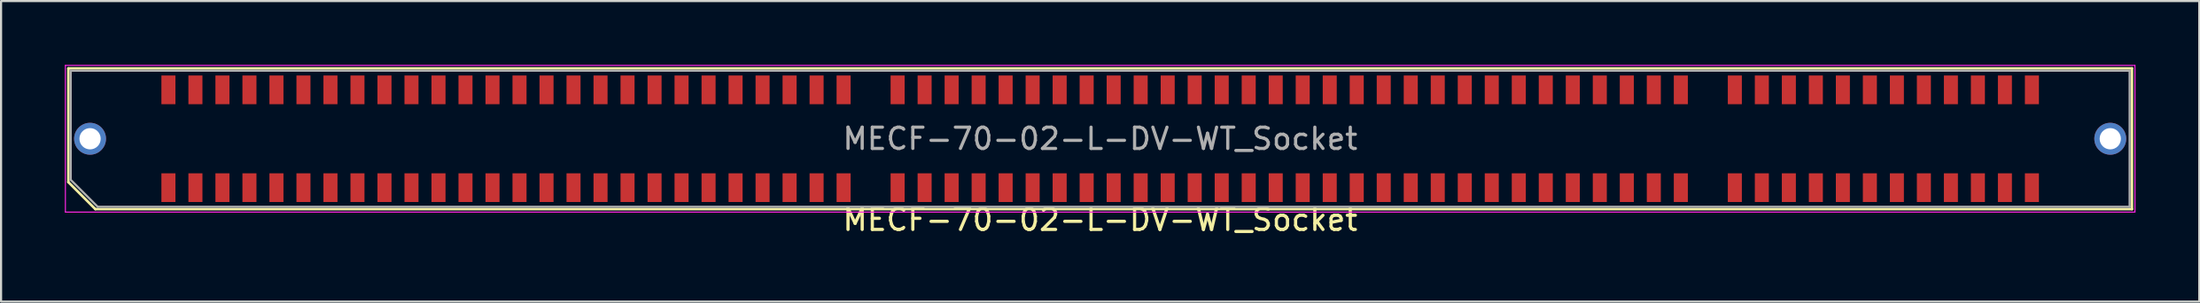
<source format=kicad_pcb>
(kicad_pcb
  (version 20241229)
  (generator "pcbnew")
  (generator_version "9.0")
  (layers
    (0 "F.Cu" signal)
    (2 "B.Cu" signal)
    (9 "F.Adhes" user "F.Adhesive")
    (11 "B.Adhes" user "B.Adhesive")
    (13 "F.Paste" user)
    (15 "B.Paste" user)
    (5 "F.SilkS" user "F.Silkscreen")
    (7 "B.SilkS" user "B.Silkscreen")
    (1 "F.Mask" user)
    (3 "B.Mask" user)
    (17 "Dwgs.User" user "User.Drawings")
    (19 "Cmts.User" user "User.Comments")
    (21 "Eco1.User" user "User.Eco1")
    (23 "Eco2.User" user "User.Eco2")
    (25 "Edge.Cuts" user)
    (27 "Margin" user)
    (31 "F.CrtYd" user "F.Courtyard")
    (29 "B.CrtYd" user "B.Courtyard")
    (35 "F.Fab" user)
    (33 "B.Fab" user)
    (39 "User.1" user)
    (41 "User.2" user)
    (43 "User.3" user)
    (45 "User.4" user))
  (footprint "MECF-70-02-L-DV-WT_Socket"
    (layer "F.Cu")
    (at 48.685 3.475)
    (property "Reference" "MECF-70-02-L-DV-WT_Socket" (at 0 3.81 0) (layer "F.SilkS") (effects (font (size 1 1) (thickness 0.15))))
    (attr smd)
    (fp_line (start -48.52 -3.31) (end 48.52 -3.31) (stroke (width 0.12) (type solid)) (layer "F.SilkS"))
    (fp_line (start -48.52 2.04) (end -48.52 -3.31) (stroke (width 0.12) (type solid)) (layer "F.SilkS"))
    (fp_line (start -47.25 3.31) (end -48.52 2.04) (stroke (width 0.12) (type solid)) (layer "F.SilkS"))
    (fp_line (start -47.25 3.31) (end 48.52 3.31) (stroke (width 0.12) (type solid)) (layer "F.SilkS"))
    (fp_line (start 48.52 3.31) (end 48.52 -3.31) (stroke (width 0.12) (type solid)) (layer "F.SilkS"))
    (fp_line (start -48.66 -3.45) (end -48.66 3.45) (stroke (width 0.05) (type solid)) (layer "F.CrtYd"))
    (fp_line (start -48.66 3.45) (end 48.66 3.45) (stroke (width 0.05) (type solid)) (layer "F.CrtYd"))
    (fp_line (start 48.66 -3.45) (end -48.66 -3.45) (stroke (width 0.05) (type solid)) (layer "F.CrtYd"))
    (fp_line (start 48.66 3.45) (end 48.66 -3.45) (stroke (width 0.05) (type solid)) (layer "F.CrtYd"))
    (fp_line (start -48.41 -3.2) (end 48.41 -3.2) (stroke (width 0.1) (type solid)) (layer "F.Fab"))
    (fp_line (start -48.41 1.93) (end -48.41 -3.2) (stroke (width 0.1) (type solid)) (layer "F.Fab"))
    (fp_line (start -48.41 1.93) (end -47.14 3.2) (stroke (width 0.1) (type solid)) (layer "F.Fab"))
    (fp_line (start -47.14 3.2) (end 48.41 3.2) (stroke (width 0.1) (type solid)) (layer "F.Fab"))
    (fp_line (start 48.41 3.2) (end 48.41 -3.2) (stroke (width 0.1) (type solid)) (layer "F.Fab"))
    (fp_text user "${REFERENCE}" (at 0 0 0) (layer "F.Fab") (effects (font (size 1 1) (thickness 0.15))))
    (pad "" thru_hole circle (at -47.5 0) (size 1.5 1.5) (drill 1) (layers "*.Cu" "*.Mask"))
    (pad "" np_thru_hole circle (at -45.595 0) (size 0.001 0.001) (drill 1.45) (layers "*.Cu" "*.Mask"))
    (pad "" np_thru_hole circle (at 45.595 1) (size 0.001 0.001) (drill 1.45) (layers "*.Cu" "*.Mask"))
    (pad "" thru_hole circle (at 47.5 0) (size 1.5 1.5) (drill 1) (layers "*.Cu" "*.Mask"))
    (pad "1" smd rect (at -43.815 2.3) (size 0.66 1.35) (layers "F.Cu" "F.Mask" "F.Paste"))
    (pad "2" smd rect (at -43.815 -2.3) (size 0.66 1.35) (layers "F.Cu" "F.Mask" "F.Paste"))
    (pad "3" smd rect (at -42.545 2.3) (size 0.66 1.35) (layers "F.Cu" "F.Mask" "F.Paste"))
    (pad "4" smd rect (at -42.545 -2.3) (size 0.66 1.35) (layers "F.Cu" "F.Mask" "F.Paste"))
    (pad "5" smd rect (at -41.275 2.3) (size 0.66 1.35) (layers "F.Cu" "F.Mask" "F.Paste"))
    (pad "6" smd rect (at -41.275 -2.3) (size 0.66 1.35) (layers "F.Cu" "F.Mask" "F.Paste"))
    (pad "7" smd rect (at -40.005 2.3) (size 0.66 1.35) (layers "F.Cu" "F.Mask" "F.Paste"))
    (pad "8" smd rect (at -40.005 -2.3) (size 0.66 1.35) (layers "F.Cu" "F.Mask" "F.Paste"))
    (pad "9" smd rect (at -38.735 2.3) (size 0.66 1.35) (layers "F.Cu" "F.Mask" "F.Paste"))
    (pad "10" smd rect (at -38.735 -2.3) (size 0.66 1.35) (layers "F.Cu" "F.Mask" "F.Paste"))
    (pad "11" smd rect (at -37.465 2.3) (size 0.66 1.35) (layers "F.Cu" "F.Mask" "F.Paste"))
    (pad "12" smd rect (at -37.465 -2.3) (size 0.66 1.35) (layers "F.Cu" "F.Mask" "F.Paste"))
    (pad "13" smd rect (at -36.195 2.3) (size 0.66 1.35) (layers "F.Cu" "F.Mask" "F.Paste"))
    (pad "14" smd rect (at -36.195 -2.3) (size 0.66 1.35) (layers "F.Cu" "F.Mask" "F.Paste"))
    (pad "15" smd rect (at -34.925 2.3) (size 0.66 1.35) (layers "F.Cu" "F.Mask" "F.Paste"))
    (pad "16" smd rect (at -34.925 -2.3) (size 0.66 1.35) (layers "F.Cu" "F.Mask" "F.Paste"))
    (pad "17" smd rect (at -33.655 2.3) (size 0.66 1.35) (layers "F.Cu" "F.Mask" "F.Paste"))
    (pad "18" smd rect (at -33.655 -2.3) (size 0.66 1.35) (layers "F.Cu" "F.Mask" "F.Paste"))
    (pad "19" smd rect (at -32.385 2.3) (size 0.66 1.35) (layers "F.Cu" "F.Mask" "F.Paste"))
    (pad "20" smd rect (at -32.385 -2.3) (size 0.66 1.35) (layers "F.Cu" "F.Mask" "F.Paste"))
    (pad "21" smd rect (at -31.115 2.3) (size 0.66 1.35) (layers "F.Cu" "F.Mask" "F.Paste"))
    (pad "22" smd rect (at -31.115 -2.3) (size 0.66 1.35) (layers "F.Cu" "F.Mask" "F.Paste"))
    (pad "23" smd rect (at -29.845 2.3) (size 0.66 1.35) (layers "F.Cu" "F.Mask" "F.Paste"))
    (pad "24" smd rect (at -29.845 -2.3) (size 0.66 1.35) (layers "F.Cu" "F.Mask" "F.Paste"))
    (pad "25" smd rect (at -28.575 2.3) (size 0.66 1.35) (layers "F.Cu" "F.Mask" "F.Paste"))
    (pad "26" smd rect (at -28.575 -2.3) (size 0.66 1.35) (layers "F.Cu" "F.Mask" "F.Paste"))
    (pad "27" smd rect (at -27.305 2.3) (size 0.66 1.35) (layers "F.Cu" "F.Mask" "F.Paste"))
    (pad "28" smd rect (at -27.305 -2.3) (size 0.66 1.35) (layers "F.Cu" "F.Mask" "F.Paste"))
    (pad "29" smd rect (at -26.035 2.3) (size 0.66 1.35) (layers "F.Cu" "F.Mask" "F.Paste"))
    (pad "30" smd rect (at -26.035 -2.3) (size 0.66 1.35) (layers "F.Cu" "F.Mask" "F.Paste"))
    (pad "31" smd rect (at -24.765 2.3) (size 0.66 1.35) (layers "F.Cu" "F.Mask" "F.Paste"))
    (pad "32" smd rect (at -24.765 -2.3) (size 0.66 1.35) (layers "F.Cu" "F.Mask" "F.Paste"))
    (pad "33" smd rect (at -23.495 2.3) (size 0.66 1.35) (layers "F.Cu" "F.Mask" "F.Paste"))
    (pad "34" smd rect (at -23.495 -2.3) (size 0.66 1.35) (layers "F.Cu" "F.Mask" "F.Paste"))
    (pad "35" smd rect (at -22.225 2.3) (size 0.66 1.35) (layers "F.Cu" "F.Mask" "F.Paste"))
    (pad "36" smd rect (at -22.225 -2.3) (size 0.66 1.35) (layers "F.Cu" "F.Mask" "F.Paste"))
    (pad "37" smd rect (at -20.955 2.3) (size 0.66 1.35) (layers "F.Cu" "F.Mask" "F.Paste"))
    (pad "38" smd rect (at -20.955 -2.3) (size 0.66 1.35) (layers "F.Cu" "F.Mask" "F.Paste"))
    (pad "39" smd rect (at -19.685 2.3) (size 0.66 1.35) (layers "F.Cu" "F.Mask" "F.Paste"))
    (pad "40" smd rect (at -19.685 -2.3) (size 0.66 1.35) (layers "F.Cu" "F.Mask" "F.Paste"))
    (pad "41" smd rect (at -18.415 2.3) (size 0.66 1.35) (layers "F.Cu" "F.Mask" "F.Paste"))
    (pad "42" smd rect (at -18.415 -2.3) (size 0.66 1.35) (layers "F.Cu" "F.Mask" "F.Paste"))
    (pad "43" smd rect (at -17.145 2.3) (size 0.66 1.35) (layers "F.Cu" "F.Mask" "F.Paste"))
    (pad "44" smd rect (at -17.145 -2.3) (size 0.66 1.35) (layers "F.Cu" "F.Mask" "F.Paste"))
    (pad "45" smd rect (at -15.875 2.3) (size 0.66 1.35) (layers "F.Cu" "F.Mask" "F.Paste"))
    (pad "46" smd rect (at -15.875 -2.3) (size 0.66 1.35) (layers "F.Cu" "F.Mask" "F.Paste"))
    (pad "47" smd rect (at -14.605 2.3) (size 0.66 1.35) (layers "F.Cu" "F.Mask" "F.Paste"))
    (pad "48" smd rect (at -14.605 -2.3) (size 0.66 1.35) (layers "F.Cu" "F.Mask" "F.Paste"))
    (pad "49" smd rect (at -13.335 2.3) (size 0.66 1.35) (layers "F.Cu" "F.Mask" "F.Paste"))
    (pad "50" smd rect (at -13.335 -2.3) (size 0.66 1.35) (layers "F.Cu" "F.Mask" "F.Paste"))
    (pad "51" smd rect (at -12.065 2.3) (size 0.66 1.35) (layers "F.Cu" "F.Mask" "F.Paste"))
    (pad "52" smd rect (at -12.065 -2.3) (size 0.66 1.35) (layers "F.Cu" "F.Mask" "F.Paste"))
    (pad "55" smd rect (at -9.525 2.3) (size 0.66 1.35) (layers "F.Cu" "F.Mask" "F.Paste"))
    (pad "56" smd rect (at -9.525 -2.3) (size 0.66 1.35) (layers "F.Cu" "F.Mask" "F.Paste"))
    (pad "57" smd rect (at -8.255 2.3) (size 0.66 1.35) (layers "F.Cu" "F.Mask" "F.Paste"))
    (pad "58" smd rect (at -8.255 -2.3) (size 0.66 1.35) (layers "F.Cu" "F.Mask" "F.Paste"))
    (pad "59" smd rect (at -6.985 2.3) (size 0.66 1.35) (layers "F.Cu" "F.Mask" "F.Paste"))
    (pad "60" smd rect (at -6.985 -2.3) (size 0.66 1.35) (layers "F.Cu" "F.Mask" "F.Paste"))
    (pad "61" smd rect (at -5.715 2.3) (size 0.66 1.35) (layers "F.Cu" "F.Mask" "F.Paste"))
    (pad "62" smd rect (at -5.715 -2.3) (size 0.66 1.35) (layers "F.Cu" "F.Mask" "F.Paste"))
    (pad "63" smd rect (at -4.445 2.3) (size 0.66 1.35) (layers "F.Cu" "F.Mask" "F.Paste"))
    (pad "64" smd rect (at -4.445 -2.3) (size 0.66 1.35) (layers "F.Cu" "F.Mask" "F.Paste"))
    (pad "65" smd rect (at -3.175 2.3) (size 0.66 1.35) (layers "F.Cu" "F.Mask" "F.Paste"))
    (pad "66" smd rect (at -3.175 -2.3) (size 0.66 1.35) (layers "F.Cu" "F.Mask" "F.Paste"))
    (pad "67" smd rect (at -1.905 2.3) (size 0.66 1.35) (layers "F.Cu" "F.Mask" "F.Paste"))
    (pad "68" smd rect (at -1.905 -2.3) (size 0.66 1.35) (layers "F.Cu" "F.Mask" "F.Paste"))
    (pad "69" smd rect (at -0.635 2.3) (size 0.66 1.35) (layers "F.Cu" "F.Mask" "F.Paste"))
    (pad "70" smd rect (at -0.635 -2.3) (size 0.66 1.35) (layers "F.Cu" "F.Mask" "F.Paste"))
    (pad "71" smd rect (at 0.635 2.3) (size 0.66 1.35) (layers "F.Cu" "F.Mask" "F.Paste"))
    (pad "72" smd rect (at 0.635 -2.3) (size 0.66 1.35) (layers "F.Cu" "F.Mask" "F.Paste"))
    (pad "73" smd rect (at 1.905 2.3) (size 0.66 1.35) (layers "F.Cu" "F.Mask" "F.Paste"))
    (pad "74" smd rect (at 1.905 -2.3) (size 0.66 1.35) (layers "F.Cu" "F.Mask" "F.Paste"))
    (pad "75" smd rect (at 3.175 2.3) (size 0.66 1.35) (layers "F.Cu" "F.Mask" "F.Paste"))
    (pad "76" smd rect (at 3.175 -2.3) (size 0.66 1.35) (layers "F.Cu" "F.Mask" "F.Paste"))
    (pad "77" smd rect (at 4.445 2.3) (size 0.66 1.35) (layers "F.Cu" "F.Mask" "F.Paste"))
    (pad "78" smd rect (at 4.445 -2.3) (size 0.66 1.35) (layers "F.Cu" "F.Mask" "F.Paste"))
    (pad "79" smd rect (at 5.715 2.3) (size 0.66 1.35) (layers "F.Cu" "F.Mask" "F.Paste"))
    (pad "80" smd rect (at 5.715 -2.3) (size 0.66 1.35) (layers "F.Cu" "F.Mask" "F.Paste"))
    (pad "81" smd rect (at 6.985 2.3) (size 0.66 1.35) (layers "F.Cu" "F.Mask" "F.Paste"))
    (pad "82" smd rect (at 6.985 -2.3) (size 0.66 1.35) (layers "F.Cu" "F.Mask" "F.Paste"))
    (pad "83" smd rect (at 8.255 2.3) (size 0.66 1.35) (layers "F.Cu" "F.Mask" "F.Paste"))
    (pad "84" smd rect (at 8.255 -2.3) (size 0.66 1.35) (layers "F.Cu" "F.Mask" "F.Paste"))
    (pad "85" smd rect (at 9.525 2.3) (size 0.66 1.35) (layers "F.Cu" "F.Mask" "F.Paste"))
    (pad "86" smd rect (at 9.525 -2.3) (size 0.66 1.35) (layers "F.Cu" "F.Mask" "F.Paste"))
    (pad "87" smd rect (at 10.795 2.3) (size 0.66 1.35) (layers "F.Cu" "F.Mask" "F.Paste"))
    (pad "88" smd rect (at 10.795 -2.3) (size 0.66 1.35) (layers "F.Cu" "F.Mask" "F.Paste"))
    (pad "89" smd rect (at 12.065 2.3) (size 0.66 1.35) (layers "F.Cu" "F.Mask" "F.Paste"))
    (pad "90" smd rect (at 12.065 -2.3) (size 0.66 1.35) (layers "F.Cu" "F.Mask" "F.Paste"))
    (pad "91" smd rect (at 13.335 2.3) (size 0.66 1.35) (layers "F.Cu" "F.Mask" "F.Paste"))
    (pad "92" smd rect (at 13.335 -2.3) (size 0.66 1.35) (layers "F.Cu" "F.Mask" "F.Paste"))
    (pad "93" smd rect (at 14.605 2.3) (size 0.66 1.35) (layers "F.Cu" "F.Mask" "F.Paste"))
    (pad "94" smd rect (at 14.605 -2.3) (size 0.66 1.35) (layers "F.Cu" "F.Mask" "F.Paste"))
    (pad "95" smd rect (at 15.875 2.3) (size 0.66 1.35) (layers "F.Cu" "F.Mask" "F.Paste"))
    (pad "96" smd rect (at 15.875 -2.3) (size 0.66 1.35) (layers "F.Cu" "F.Mask" "F.Paste"))
    (pad "97" smd rect (at 17.145 2.3) (size 0.66 1.35) (layers "F.Cu" "F.Mask" "F.Paste"))
    (pad "98" smd rect (at 17.145 -2.3) (size 0.66 1.35) (layers "F.Cu" "F.Mask" "F.Paste"))
    (pad "99" smd rect (at 18.415 2.3) (size 0.66 1.35) (layers "F.Cu" "F.Mask" "F.Paste"))
    (pad "100" smd rect (at 18.415 -2.3) (size 0.66 1.35) (layers "F.Cu" "F.Mask" "F.Paste"))
    (pad "101" smd rect (at 19.685 2.3) (size 0.66 1.35) (layers "F.Cu" "F.Mask" "F.Paste"))
    (pad "102" smd rect (at 19.685 -2.3) (size 0.66 1.35) (layers "F.Cu" "F.Mask" "F.Paste"))
    (pad "103" smd rect (at 20.955 2.3) (size 0.66 1.35) (layers "F.Cu" "F.Mask" "F.Paste"))
    (pad "104" smd rect (at 20.955 -2.3) (size 0.66 1.35) (layers "F.Cu" "F.Mask" "F.Paste"))
    (pad "105" smd rect (at 22.225 2.3) (size 0.66 1.35) (layers "F.Cu" "F.Mask" "F.Paste"))
    (pad "106" smd rect (at 22.225 -2.3) (size 0.66 1.35) (layers "F.Cu" "F.Mask" "F.Paste"))
    (pad "107" smd rect (at 23.495 2.3) (size 0.66 1.35) (layers "F.Cu" "F.Mask" "F.Paste"))
    (pad "108" smd rect (at 23.495 -2.3) (size 0.66 1.35) (layers "F.Cu" "F.Mask" "F.Paste"))
    (pad "109" smd rect (at 24.765 2.3) (size 0.66 1.35) (layers "F.Cu" "F.Mask" "F.Paste"))
    (pad "110" smd rect (at 24.765 -2.3) (size 0.66 1.35) (layers "F.Cu" "F.Mask" "F.Paste"))
    (pad "111" smd rect (at 26.035 2.3) (size 0.66 1.35) (layers "F.Cu" "F.Mask" "F.Paste"))
    (pad "112" smd rect (at 26.035 -2.3) (size 0.66 1.35) (layers "F.Cu" "F.Mask" "F.Paste"))
    (pad "113" smd rect (at 27.305 2.3) (size 0.66 1.35) (layers "F.Cu" "F.Mask" "F.Paste"))
    (pad "114" smd rect (at 27.305 -2.3) (size 0.66 1.35) (layers "F.Cu" "F.Mask" "F.Paste"))
    (pad "117" smd rect (at 29.845 2.3) (size 0.66 1.35) (layers "F.Cu" "F.Mask" "F.Paste"))
    (pad "118" smd rect (at 29.845 -2.3) (size 0.66 1.35) (layers "F.Cu" "F.Mask" "F.Paste"))
    (pad "119" smd rect (at 31.115 2.3) (size 0.66 1.35) (layers "F.Cu" "F.Mask" "F.Paste"))
    (pad "120" smd rect (at 31.115 -2.3) (size 0.66 1.35) (layers "F.Cu" "F.Mask" "F.Paste"))
    (pad "121" smd rect (at 32.385 2.3) (size 0.66 1.35) (layers "F.Cu" "F.Mask" "F.Paste"))
    (pad "122" smd rect (at 32.385 -2.3) (size 0.66 1.35) (layers "F.Cu" "F.Mask" "F.Paste"))
    (pad "123" smd rect (at 33.655 2.3) (size 0.66 1.35) (layers "F.Cu" "F.Mask" "F.Paste"))
    (pad "124" smd rect (at 33.655 -2.3) (size 0.66 1.35) (layers "F.Cu" "F.Mask" "F.Paste"))
    (pad "125" smd rect (at 34.925 2.3) (size 0.66 1.35) (layers "F.Cu" "F.Mask" "F.Paste"))
    (pad "126" smd rect (at 34.925 -2.3) (size 0.66 1.35) (layers "F.Cu" "F.Mask" "F.Paste"))
    (pad "127" smd rect (at 36.195 2.3) (size 0.66 1.35) (layers "F.Cu" "F.Mask" "F.Paste"))
    (pad "128" smd rect (at 36.195 -2.3) (size 0.66 1.35) (layers "F.Cu" "F.Mask" "F.Paste"))
    (pad "129" smd rect (at 37.465 2.3) (size 0.66 1.35) (layers "F.Cu" "F.Mask" "F.Paste"))
    (pad "130" smd rect (at 37.465 -2.3) (size 0.66 1.35) (layers "F.Cu" "F.Mask" "F.Paste"))
    (pad "131" smd rect (at 38.735 2.3) (size 0.66 1.35) (layers "F.Cu" "F.Mask" "F.Paste"))
    (pad "132" smd rect (at 38.735 -2.3) (size 0.66 1.35) (layers "F.Cu" "F.Mask" "F.Paste"))
    (pad "133" smd rect (at 40.005 2.3) (size 0.66 1.35) (layers "F.Cu" "F.Mask" "F.Paste"))
    (pad "134" smd rect (at 40.005 -2.3) (size 0.66 1.35) (layers "F.Cu" "F.Mask" "F.Paste"))
    (pad "135" smd rect (at 41.275 2.3) (size 0.66 1.35) (layers "F.Cu" "F.Mask" "F.Paste"))
    (pad "136" smd rect (at 41.275 -2.3) (size 0.66 1.35) (layers "F.Cu" "F.Mask" "F.Paste"))
    (pad "137" smd rect (at 42.545 2.3) (size 0.66 1.35) (layers "F.Cu" "F.Mask" "F.Paste"))
    (pad "138" smd rect (at 42.545 -2.3) (size 0.66 1.35) (layers "F.Cu" "F.Mask" "F.Paste"))
    (pad "139" smd rect (at 43.815 2.3) (size 0.66 1.35) (layers "F.Cu" "F.Mask" "F.Paste"))
    (pad "140" smd rect (at 43.815 -2.3) (size 0.66 1.35) (layers "F.Cu" "F.Mask" "F.Paste")))
  (gr_rect
    (start -3 -3)
    (end 100.37 11.133)
    (stroke (width 0.1) (type default))
    (fill no)
    (layer "Edge.Cuts")))
</source>
